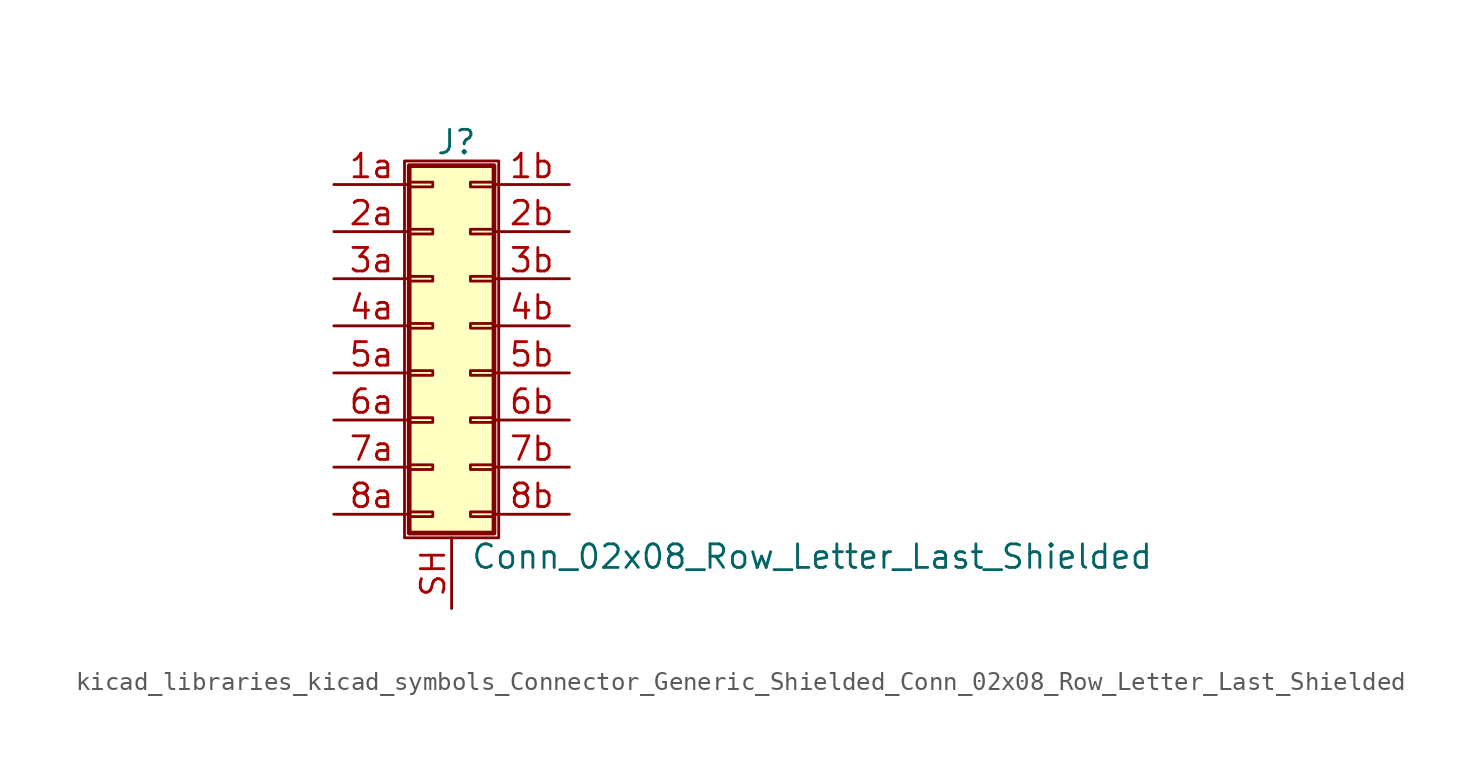
<source format=kicad_sym>
(kicad_symbol_lib
  (version 20220914)
  (generator kicad_symbol_editor)
  (symbol "kicad_libraries_kicad_symbols_Connector_Generic_Shielded_Conn_02x08_Row_Letter_Last_Shielded"
    (pin_names
      (offset 1.016) hide)
    (property "Reference" "J"
      (at 1.524 9.906 0)
      (effects (font (size 1.27 1.27))))
    (property "Value" "Conn_02x08_Row_Letter_Last_Shielded"
      (at 2.286 -12.446 0)
      (effects (font (size 1.27 1.27)) (justify left)))
    (symbol "kicad_libraries_kicad_symbols_Connector_Generic_Shielded_Conn_02x08_Row_Letter_Last_Shielded_1_1"
      (rectangle (start -1.27 8.89) (end 3.81 -11.43) (stroke (width 0.152) (type default)) (fill (type none)))
      (rectangle (start -1.016 -10.033) (end 0.254 -10.287) (stroke (width 0.152) (type default)) (fill (type none)))
      (rectangle (start -1.016 -7.493) (end 0.254 -7.747) (stroke (width 0.152) (type default)) (fill (type none)))
      (rectangle (start -1.016 -4.953) (end 0.254 -5.207) (stroke (width 0.152) (type default)) (fill (type none)))
      (rectangle (start -1.016 -2.413) (end 0.254 -2.667) (stroke (width 0.152) (type default)) (fill (type none)))
      (rectangle (start -1.016 0.127) (end 0.254 -0.127) (stroke (width 0.152) (type default)) (fill (type none)))
      (rectangle (start -1.016 2.667) (end 0.254 2.413) (stroke (width 0.152) (type default)) (fill (type none)))
      (rectangle (start -1.016 5.207) (end 0.254 4.953) (stroke (width 0.152) (type default)) (fill (type none)))
      (rectangle (start -1.016 7.747) (end 0.254 7.493) (stroke (width 0.152) (type default)) (fill (type none)))
      (rectangle (start -1.016 8.636) (end 3.556 -11.176) (stroke (width 0.254) (type default)) (fill (type background)))
      (rectangle (start 3.556 -10.033) (end 2.286 -10.287) (stroke (width 0.152) (type default)) (fill (type none)))
      (rectangle (start 3.556 -7.493) (end 2.286 -7.747) (stroke (width 0.152) (type default)) (fill (type none)))
      (rectangle (start 3.556 -4.953) (end 2.286 -5.207) (stroke (width 0.152) (type default)) (fill (type none)))
      (rectangle (start 3.556 -2.413) (end 2.286 -2.667) (stroke (width 0.152) (type default)) (fill (type none)))
      (rectangle (start 3.556 0.127) (end 2.286 -0.127) (stroke (width 0.152) (type default)) (fill (type none)))
      (rectangle (start 3.556 2.667) (end 2.286 2.413) (stroke (width 0.152) (type default)) (fill (type none)))
      (rectangle (start 3.556 5.207) (end 2.286 4.953) (stroke (width 0.152) (type default)) (fill (type none)))
      (rectangle (start 3.556 7.747) (end 2.286 7.493) (stroke (width 0.152) (type default)) (fill (type none)))
      (pin passive line (at -5.08 7.62 0) (length 4.064) (name "Pin_1a" (effects (font (size 1.27 1.27)))) (number "1a" (effects (font (size 1.27 1.27)))))
      (pin passive line (at 7.62 7.62 180) (length 4.064) (name "Pin_1b" (effects (font (size 1.27 1.27)))) (number "1b" (effects (font (size 1.27 1.27)))))
      (pin passive line (at -5.08 5.08 0) (length 4.064) (name "Pin_2a" (effects (font (size 1.27 1.27)))) (number "2a" (effects (font (size 1.27 1.27)))))
      (pin passive line (at 7.62 5.08 180) (length 4.064) (name "Pin_2b" (effects (font (size 1.27 1.27)))) (number "2b" (effects (font (size 1.27 1.27)))))
      (pin passive line (at -5.08 2.54 0) (length 4.064) (name "Pin_3a" (effects (font (size 1.27 1.27)))) (number "3a" (effects (font (size 1.27 1.27)))))
      (pin passive line (at 7.62 2.54 180) (length 4.064) (name "Pin_3b" (effects (font (size 1.27 1.27)))) (number "3b" (effects (font (size 1.27 1.27)))))
      (pin passive line (at -5.08 0 0) (length 4.064) (name "Pin_4a" (effects (font (size 1.27 1.27)))) (number "4a" (effects (font (size 1.27 1.27)))))
      (pin passive line (at 7.62 0 180) (length 4.064) (name "Pin_4b" (effects (font (size 1.27 1.27)))) (number "4b" (effects (font (size 1.27 1.27)))))
      (pin passive line (at -5.08 -2.54 0) (length 4.064) (name "Pin_5a" (effects (font (size 1.27 1.27)))) (number "5a" (effects (font (size 1.27 1.27)))))
      (pin passive line (at 7.62 -2.54 180) (length 4.064) (name "Pin_5b" (effects (font (size 1.27 1.27)))) (number "5b" (effects (font (size 1.27 1.27)))))
      (pin passive line (at -5.08 -5.08 0) (length 4.064) (name "Pin_6a" (effects (font (size 1.27 1.27)))) (number "6a" (effects (font (size 1.27 1.27)))))
      (pin passive line (at 7.62 -5.08 180) (length 4.064) (name "Pin_6b" (effects (font (size 1.27 1.27)))) (number "6b" (effects (font (size 1.27 1.27)))))
      (pin passive line (at -5.08 -7.62 0) (length 4.064) (name "Pin_7a" (effects (font (size 1.27 1.27)))) (number "7a" (effects (font (size 1.27 1.27)))))
      (pin passive line (at 7.62 -7.62 180) (length 4.064) (name "Pin_7b" (effects (font (size 1.27 1.27)))) (number "7b" (effects (font (size 1.27 1.27)))))
      (pin passive line (at -5.08 -10.16 0) (length 4.064) (name "Pin_8a" (effects (font (size 1.27 1.27)))) (number "8a" (effects (font (size 1.27 1.27)))))
      (pin passive line (at 7.62 -10.16 180) (length 4.064) (name "Pin_8b" (effects (font (size 1.27 1.27)))) (number "8b" (effects (font (size 1.27 1.27)))))
      (pin passive line (at 1.27 -15.24 90) (length 3.81) (name "Shield" (effects (font (size 1.27 1.27)))) (number "SH" (effects (font (size 1.27 1.27))))))))
</source>
